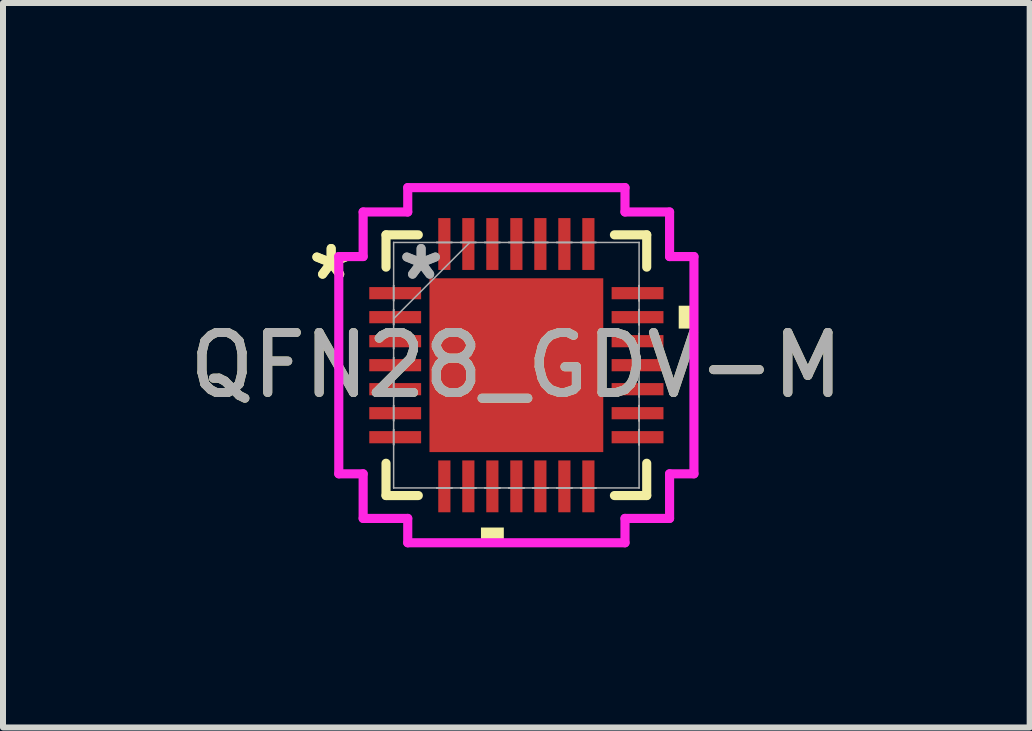
<source format=kicad_pcb>
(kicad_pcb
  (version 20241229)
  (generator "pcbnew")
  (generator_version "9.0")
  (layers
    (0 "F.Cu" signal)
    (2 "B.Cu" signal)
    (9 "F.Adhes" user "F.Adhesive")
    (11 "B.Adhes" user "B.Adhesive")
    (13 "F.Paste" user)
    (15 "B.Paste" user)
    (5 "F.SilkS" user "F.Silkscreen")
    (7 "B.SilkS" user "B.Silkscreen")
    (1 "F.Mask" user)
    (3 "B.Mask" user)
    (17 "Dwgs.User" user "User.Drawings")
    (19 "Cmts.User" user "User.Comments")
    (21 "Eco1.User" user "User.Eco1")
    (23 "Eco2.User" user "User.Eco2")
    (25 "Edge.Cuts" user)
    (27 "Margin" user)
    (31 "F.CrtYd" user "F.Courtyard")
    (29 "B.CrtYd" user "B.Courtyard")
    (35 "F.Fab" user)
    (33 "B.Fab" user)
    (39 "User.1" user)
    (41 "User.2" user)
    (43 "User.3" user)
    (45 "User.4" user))
  (footprint "QFN28_GDV-M"
    (layer "F.Cu")
    (at 5.554 3.035)
    (property "Reference" "QFN28_GDV-M" (at 0 0 0) (unlocked yes) (layer "F.SilkS") (effects (font (size 1 1) (thickness 0.15))))
    (attr smd)
    (fp_line (start -2.172 -2.172) (end -2.172 -1.634) (stroke (width 0.152) (type solid)) (layer "F.SilkS"))
    (fp_line (start -2.172 1.634) (end -2.172 2.172) (stroke (width 0.152) (type solid)) (layer "F.SilkS"))
    (fp_line (start -2.172 2.172) (end -1.634 2.172) (stroke (width 0.152) (type solid)) (layer "F.SilkS"))
    (fp_line (start -1.634 -2.172) (end -2.172 -2.172) (stroke (width 0.152) (type solid)) (layer "F.SilkS"))
    (fp_line (start 1.634 2.172) (end 2.172 2.172) (stroke (width 0.152) (type solid)) (layer "F.SilkS"))
    (fp_line (start 2.172 -2.172) (end 1.634 -2.172) (stroke (width 0.152) (type solid)) (layer "F.SilkS"))
    (fp_line (start 2.172 -1.634) (end 2.172 -2.172) (stroke (width 0.152) (type solid)) (layer "F.SilkS"))
    (fp_line (start 2.172 2.172) (end 2.172 1.634) (stroke (width 0.152) (type solid)) (layer "F.SilkS"))
    (fp_poly (pts (xy -0.59 2.705) (xy -0.59 2.959) (xy -0.209 2.959) (xy -0.209 2.705)) (stroke (width 0) (type solid)) (fill yes) (layer "F.SilkS"))
    (fp_poly (pts (xy 2.959 -0.991) (xy 2.959 -0.61) (xy 2.705 -0.61) (xy 2.705 -0.991)) (stroke (width 0) (type solid)) (fill yes) (layer "F.SilkS"))
    (fp_poly (pts (xy -1.348 -1.348) (xy -1.348 -0.1) (xy -0.1 -0.1) (xy -0.1 -1.348)) (stroke (width 0) (type solid)) (fill yes) (layer "F.Paste"))
    (fp_poly (pts (xy -1.348 0.1) (xy -1.348 1.348) (xy -0.1 1.348) (xy -0.1 0.1)) (stroke (width 0) (type solid)) (fill yes) (layer "F.Paste"))
    (fp_poly (pts (xy 0.1 -1.348) (xy 0.1 -0.1) (xy 1.348 -0.1) (xy 1.348 -1.348)) (stroke (width 0) (type solid)) (fill yes) (layer "F.Paste"))
    (fp_poly (pts (xy 0.1 0.1) (xy 0.1 1.348) (xy 1.348 1.348) (xy 1.348 0.1)) (stroke (width 0) (type solid)) (fill yes) (layer "F.Paste"))
    (fp_line (start -2.959 -1.81) (end -2.553 -1.81) (stroke (width 0.152) (type solid)) (layer "F.CrtYd"))
    (fp_line (start -2.959 1.81) (end -2.959 -1.81) (stroke (width 0.152) (type solid)) (layer "F.CrtYd"))
    (fp_line (start -2.553 -2.553) (end -1.81 -2.553) (stroke (width 0.152) (type solid)) (layer "F.CrtYd"))
    (fp_line (start -2.553 -1.81) (end -2.553 -2.553) (stroke (width 0.152) (type solid)) (layer "F.CrtYd"))
    (fp_line (start -2.553 1.81) (end -2.959 1.81) (stroke (width 0.152) (type solid)) (layer "F.CrtYd"))
    (fp_line (start -2.553 2.553) (end -2.553 1.81) (stroke (width 0.152) (type solid)) (layer "F.CrtYd"))
    (fp_line (start -1.81 -2.959) (end 1.81 -2.959) (stroke (width 0.152) (type solid)) (layer "F.CrtYd"))
    (fp_line (start -1.81 -2.553) (end -1.81 -2.959) (stroke (width 0.152) (type solid)) (layer "F.CrtYd"))
    (fp_line (start -1.81 2.553) (end -2.553 2.553) (stroke (width 0.152) (type solid)) (layer "F.CrtYd"))
    (fp_line (start -1.81 2.959) (end -1.81 2.553) (stroke (width 0.152) (type solid)) (layer "F.CrtYd"))
    (fp_line (start 1.81 -2.959) (end 1.81 -2.553) (stroke (width 0.152) (type solid)) (layer "F.CrtYd"))
    (fp_line (start 1.81 -2.553) (end 2.553 -2.553) (stroke (width 0.152) (type solid)) (layer "F.CrtYd"))
    (fp_line (start 1.81 2.553) (end 1.81 2.959) (stroke (width 0.152) (type solid)) (layer "F.CrtYd"))
    (fp_line (start 1.81 2.959) (end -1.81 2.959) (stroke (width 0.152) (type solid)) (layer "F.CrtYd"))
    (fp_line (start 2.553 -2.553) (end 2.553 -1.81) (stroke (width 0.152) (type solid)) (layer "F.CrtYd"))
    (fp_line (start 2.553 -1.81) (end 2.959 -1.81) (stroke (width 0.152) (type solid)) (layer "F.CrtYd"))
    (fp_line (start 2.553 1.81) (end 2.553 2.553) (stroke (width 0.152) (type solid)) (layer "F.CrtYd"))
    (fp_line (start 2.553 2.553) (end 1.81 2.553) (stroke (width 0.152) (type solid)) (layer "F.CrtYd"))
    (fp_line (start 2.959 -1.81) (end 2.959 1.81) (stroke (width 0.152) (type solid)) (layer "F.CrtYd"))
    (fp_line (start 2.959 1.81) (end 2.553 1.81) (stroke (width 0.152) (type solid)) (layer "F.CrtYd"))
    (fp_line (start -2.045 -2.045) (end -2.045 -2.045) (stroke (width 0.025) (type solid)) (layer "F.Fab"))
    (fp_line (start -2.045 -2.045) (end -2.045 2.045) (stroke (width 0.025) (type solid)) (layer "F.Fab"))
    (fp_line (start -2.045 -1.327) (end -2.045 -1.327) (stroke (width 0.025) (type solid)) (layer "F.Fab"))
    (fp_line (start -2.045 -1.327) (end -2.045 -1.073) (stroke (width 0.025) (type solid)) (layer "F.Fab"))
    (fp_line (start -2.045 -1.073) (end -2.045 -1.327) (stroke (width 0.025) (type solid)) (layer "F.Fab"))
    (fp_line (start -2.045 -1.073) (end -2.045 -1.073) (stroke (width 0.025) (type solid)) (layer "F.Fab"))
    (fp_line (start -2.045 -0.927) (end -2.045 -0.927) (stroke (width 0.025) (type solid)) (layer "F.Fab"))
    (fp_line (start -2.045 -0.927) (end -2.045 -0.673) (stroke (width 0.025) (type solid)) (layer "F.Fab"))
    (fp_line (start -2.045 -0.775) (end -0.775 -2.045) (stroke (width 0.025) (type solid)) (layer "F.Fab"))
    (fp_line (start -2.045 -0.673) (end -2.045 -0.927) (stroke (width 0.025) (type solid)) (layer "F.Fab"))
    (fp_line (start -2.045 -0.673) (end -2.045 -0.673) (stroke (width 0.025) (type solid)) (layer "F.Fab"))
    (fp_line (start -2.045 -0.527) (end -2.045 -0.527) (stroke (width 0.025) (type solid)) (layer "F.Fab"))
    (fp_line (start -2.045 -0.527) (end -2.045 -0.273) (stroke (width 0.025) (type solid)) (layer "F.Fab"))
    (fp_line (start -2.045 -0.273) (end -2.045 -0.527) (stroke (width 0.025) (type solid)) (layer "F.Fab"))
    (fp_line (start -2.045 -0.273) (end -2.045 -0.273) (stroke (width 0.025) (type solid)) (layer "F.Fab"))
    (fp_line (start -2.045 -0.127) (end -2.045 -0.127) (stroke (width 0.025) (type solid)) (layer "F.Fab"))
    (fp_line (start -2.045 -0.127) (end -2.045 0.127) (stroke (width 0.025) (type solid)) (layer "F.Fab"))
    (fp_line (start -2.045 0.127) (end -2.045 -0.127) (stroke (width 0.025) (type solid)) (layer "F.Fab"))
    (fp_line (start -2.045 0.127) (end -2.045 0.127) (stroke (width 0.025) (type solid)) (layer "F.Fab"))
    (fp_line (start -2.045 0.273) (end -2.045 0.273) (stroke (width 0.025) (type solid)) (layer "F.Fab"))
    (fp_line (start -2.045 0.273) (end -2.045 0.527) (stroke (width 0.025) (type solid)) (layer "F.Fab"))
    (fp_line (start -2.045 0.527) (end -2.045 0.273) (stroke (width 0.025) (type solid)) (layer "F.Fab"))
    (fp_line (start -2.045 0.527) (end -2.045 0.527) (stroke (width 0.025) (type solid)) (layer "F.Fab"))
    (fp_line (start -2.045 0.673) (end -2.045 0.673) (stroke (width 0.025) (type solid)) (layer "F.Fab"))
    (fp_line (start -2.045 0.673) (end -2.045 0.927) (stroke (width 0.025) (type solid)) (layer "F.Fab"))
    (fp_line (start -2.045 0.927) (end -2.045 0.673) (stroke (width 0.025) (type solid)) (layer "F.Fab"))
    (fp_line (start -2.045 0.927) (end -2.045 0.927) (stroke (width 0.025) (type solid)) (layer "F.Fab"))
    (fp_line (start -2.045 1.073) (end -2.045 1.073) (stroke (width 0.025) (type solid)) (layer "F.Fab"))
    (fp_line (start -2.045 1.073) (end -2.045 1.327) (stroke (width 0.025) (type solid)) (layer "F.Fab"))
    (fp_line (start -2.045 1.327) (end -2.045 1.073) (stroke (width 0.025) (type solid)) (layer "F.Fab"))
    (fp_line (start -2.045 1.327) (end -2.045 1.327) (stroke (width 0.025) (type solid)) (layer "F.Fab"))
    (fp_line (start -2.045 2.045) (end -2.045 2.045) (stroke (width 0.025) (type solid)) (layer "F.Fab"))
    (fp_line (start -2.045 2.045) (end 2.045 2.045) (stroke (width 0.025) (type solid)) (layer "F.Fab"))
    (fp_line (start -1.327 -2.045) (end -1.327 -2.045) (stroke (width 0.025) (type solid)) (layer "F.Fab"))
    (fp_line (start -1.327 -2.045) (end -1.073 -2.045) (stroke (width 0.025) (type solid)) (layer "F.Fab"))
    (fp_line (start -1.327 2.045) (end -1.327 2.045) (stroke (width 0.025) (type solid)) (layer "F.Fab"))
    (fp_line (start -1.327 2.045) (end -1.073 2.045) (stroke (width 0.025) (type solid)) (layer "F.Fab"))
    (fp_line (start -1.073 -2.045) (end -1.327 -2.045) (stroke (width 0.025) (type solid)) (layer "F.Fab"))
    (fp_line (start -1.073 -2.045) (end -1.073 -2.045) (stroke (width 0.025) (type solid)) (layer "F.Fab"))
    (fp_line (start -1.073 2.045) (end -1.327 2.045) (stroke (width 0.025) (type solid)) (layer "F.Fab"))
    (fp_line (start -1.073 2.045) (end -1.073 2.045) (stroke (width 0.025) (type solid)) (layer "F.Fab"))
    (fp_line (start -0.927 -2.045) (end -0.927 -2.045) (stroke (width 0.025) (type solid)) (layer "F.Fab"))
    (fp_line (start -0.927 -2.045) (end -0.673 -2.045) (stroke (width 0.025) (type solid)) (layer "F.Fab"))
    (fp_line (start -0.927 2.045) (end -0.927 2.045) (stroke (width 0.025) (type solid)) (layer "F.Fab"))
    (fp_line (start -0.927 2.045) (end -0.673 2.045) (stroke (width 0.025) (type solid)) (layer "F.Fab"))
    (fp_line (start -0.673 -2.045) (end -0.927 -2.045) (stroke (width 0.025) (type solid)) (layer "F.Fab"))
    (fp_line (start -0.673 -2.045) (end -0.673 -2.045) (stroke (width 0.025) (type solid)) (layer "F.Fab"))
    (fp_line (start -0.673 2.045) (end -0.927 2.045) (stroke (width 0.025) (type solid)) (layer "F.Fab"))
    (fp_line (start -0.673 2.045) (end -0.673 2.045) (stroke (width 0.025) (type solid)) (layer "F.Fab"))
    (fp_line (start -0.527 -2.045) (end -0.527 -2.045) (stroke (width 0.025) (type solid)) (layer "F.Fab"))
    (fp_line (start -0.527 -2.045) (end -0.273 -2.045) (stroke (width 0.025) (type solid)) (layer "F.Fab"))
    (fp_line (start -0.527 2.045) (end -0.527 2.045) (stroke (width 0.025) (type solid)) (layer "F.Fab"))
    (fp_line (start -0.527 2.045) (end -0.273 2.045) (stroke (width 0.025) (type solid)) (layer "F.Fab"))
    (fp_line (start -0.273 -2.045) (end -0.527 -2.045) (stroke (width 0.025) (type solid)) (layer "F.Fab"))
    (fp_line (start -0.273 -2.045) (end -0.273 -2.045) (stroke (width 0.025) (type solid)) (layer "F.Fab"))
    (fp_line (start -0.273 2.045) (end -0.527 2.045) (stroke (width 0.025) (type solid)) (layer "F.Fab"))
    (fp_line (start -0.273 2.045) (end -0.273 2.045) (stroke (width 0.025) (type solid)) (layer "F.Fab"))
    (fp_line (start -0.127 -2.045) (end -0.127 -2.045) (stroke (width 0.025) (type solid)) (layer "F.Fab"))
    (fp_line (start -0.127 -2.045) (end 0.127 -2.045) (stroke (width 0.025) (type solid)) (layer "F.Fab"))
    (fp_line (start -0.127 2.045) (end -0.127 2.045) (stroke (width 0.025) (type solid)) (layer "F.Fab"))
    (fp_line (start -0.127 2.045) (end 0.127 2.045) (stroke (width 0.025) (type solid)) (layer "F.Fab"))
    (fp_line (start 0.127 -2.045) (end -0.127 -2.045) (stroke (width 0.025) (type solid)) (layer "F.Fab"))
    (fp_line (start 0.127 -2.045) (end 0.127 -2.045) (stroke (width 0.025) (type solid)) (layer "F.Fab"))
    (fp_line (start 0.127 2.045) (end -0.127 2.045) (stroke (width 0.025) (type solid)) (layer "F.Fab"))
    (fp_line (start 0.127 2.045) (end 0.127 2.045) (stroke (width 0.025) (type solid)) (layer "F.Fab"))
    (fp_line (start 0.273 -2.045) (end 0.273 -2.045) (stroke (width 0.025) (type solid)) (layer "F.Fab"))
    (fp_line (start 0.273 -2.045) (end 0.527 -2.045) (stroke (width 0.025) (type solid)) (layer "F.Fab"))
    (fp_line (start 0.273 2.045) (end 0.273 2.045) (stroke (width 0.025) (type solid)) (layer "F.Fab"))
    (fp_line (start 0.273 2.045) (end 0.527 2.045) (stroke (width 0.025) (type solid)) (layer "F.Fab"))
    (fp_line (start 0.527 -2.045) (end 0.273 -2.045) (stroke (width 0.025) (type solid)) (layer "F.Fab"))
    (fp_line (start 0.527 -2.045) (end 0.527 -2.045) (stroke (width 0.025) (type solid)) (layer "F.Fab"))
    (fp_line (start 0.527 2.045) (end 0.273 2.045) (stroke (width 0.025) (type solid)) (layer "F.Fab"))
    (fp_line (start 0.527 2.045) (end 0.527 2.045) (stroke (width 0.025) (type solid)) (layer "F.Fab"))
    (fp_line (start 0.673 -2.045) (end 0.673 -2.045) (stroke (width 0.025) (type solid)) (layer "F.Fab"))
    (fp_line (start 0.673 -2.045) (end 0.927 -2.045) (stroke (width 0.025) (type solid)) (layer "F.Fab"))
    (fp_line (start 0.673 2.045) (end 0.673 2.045) (stroke (width 0.025) (type solid)) (layer "F.Fab"))
    (fp_line (start 0.673 2.045) (end 0.927 2.045) (stroke (width 0.025) (type solid)) (layer "F.Fab"))
    (fp_line (start 0.927 -2.045) (end 0.673 -2.045) (stroke (width 0.025) (type solid)) (layer "F.Fab"))
    (fp_line (start 0.927 -2.045) (end 0.927 -2.045) (stroke (width 0.025) (type solid)) (layer "F.Fab"))
    (fp_line (start 0.927 2.045) (end 0.673 2.045) (stroke (width 0.025) (type solid)) (layer "F.Fab"))
    (fp_line (start 0.927 2.045) (end 0.927 2.045) (stroke (width 0.025) (type solid)) (layer "F.Fab"))
    (fp_line (start 1.073 -2.045) (end 1.073 -2.045) (stroke (width 0.025) (type solid)) (layer "F.Fab"))
    (fp_line (start 1.073 -2.045) (end 1.327 -2.045) (stroke (width 0.025) (type solid)) (layer "F.Fab"))
    (fp_line (start 1.073 2.045) (end 1.073 2.045) (stroke (width 0.025) (type solid)) (layer "F.Fab"))
    (fp_line (start 1.073 2.045) (end 1.327 2.045) (stroke (width 0.025) (type solid)) (layer "F.Fab"))
    (fp_line (start 1.327 -2.045) (end 1.073 -2.045) (stroke (width 0.025) (type solid)) (layer "F.Fab"))
    (fp_line (start 1.327 -2.045) (end 1.327 -2.045) (stroke (width 0.025) (type solid)) (layer "F.Fab"))
    (fp_line (start 1.327 2.045) (end 1.073 2.045) (stroke (width 0.025) (type solid)) (layer "F.Fab"))
    (fp_line (start 1.327 2.045) (end 1.327 2.045) (stroke (width 0.025) (type solid)) (layer "F.Fab"))
    (fp_line (start 2.045 -2.045) (end -2.045 -2.045) (stroke (width 0.025) (type solid)) (layer "F.Fab"))
    (fp_line (start 2.045 -2.045) (end 2.045 -2.045) (stroke (width 0.025) (type solid)) (layer "F.Fab"))
    (fp_line (start 2.045 -1.327) (end 2.045 -1.327) (stroke (width 0.025) (type solid)) (layer "F.Fab"))
    (fp_line (start 2.045 -1.327) (end 2.045 -1.073) (stroke (width 0.025) (type solid)) (layer "F.Fab"))
    (fp_line (start 2.045 -1.073) (end 2.045 -1.327) (stroke (width 0.025) (type solid)) (layer "F.Fab"))
    (fp_line (start 2.045 -1.073) (end 2.045 -1.073) (stroke (width 0.025) (type solid)) (layer "F.Fab"))
    (fp_line (start 2.045 -0.927) (end 2.045 -0.927) (stroke (width 0.025) (type solid)) (layer "F.Fab"))
    (fp_line (start 2.045 -0.927) (end 2.045 -0.673) (stroke (width 0.025) (type solid)) (layer "F.Fab"))
    (fp_line (start 2.045 -0.673) (end 2.045 -0.927) (stroke (width 0.025) (type solid)) (layer "F.Fab"))
    (fp_line (start 2.045 -0.673) (end 2.045 -0.673) (stroke (width 0.025) (type solid)) (layer "F.Fab"))
    (fp_line (start 2.045 -0.527) (end 2.045 -0.527) (stroke (width 0.025) (type solid)) (layer "F.Fab"))
    (fp_line (start 2.045 -0.527) (end 2.045 -0.273) (stroke (width 0.025) (type solid)) (layer "F.Fab"))
    (fp_line (start 2.045 -0.273) (end 2.045 -0.527) (stroke (width 0.025) (type solid)) (layer "F.Fab"))
    (fp_line (start 2.045 -0.273) (end 2.045 -0.273) (stroke (width 0.025) (type solid)) (layer "F.Fab"))
    (fp_line (start 2.045 -0.127) (end 2.045 -0.127) (stroke (width 0.025) (type solid)) (layer "F.Fab"))
    (fp_line (start 2.045 -0.127) (end 2.045 0.127) (stroke (width 0.025) (type solid)) (layer "F.Fab"))
    (fp_line (start 2.045 0.127) (end 2.045 -0.127) (stroke (width 0.025) (type solid)) (layer "F.Fab"))
    (fp_line (start 2.045 0.127) (end 2.045 0.127) (stroke (width 0.025) (type solid)) (layer "F.Fab"))
    (fp_line (start 2.045 0.273) (end 2.045 0.273) (stroke (width 0.025) (type solid)) (layer "F.Fab"))
    (fp_line (start 2.045 0.273) (end 2.045 0.527) (stroke (width 0.025) (type solid)) (layer "F.Fab"))
    (fp_line (start 2.045 0.527) (end 2.045 0.273) (stroke (width 0.025) (type solid)) (layer "F.Fab"))
    (fp_line (start 2.045 0.527) (end 2.045 0.527) (stroke (width 0.025) (type solid)) (layer "F.Fab"))
    (fp_line (start 2.045 0.673) (end 2.045 0.673) (stroke (width 0.025) (type solid)) (layer "F.Fab"))
    (fp_line (start 2.045 0.673) (end 2.045 0.927) (stroke (width 0.025) (type solid)) (layer "F.Fab"))
    (fp_line (start 2.045 0.927) (end 2.045 0.673) (stroke (width 0.025) (type solid)) (layer "F.Fab"))
    (fp_line (start 2.045 0.927) (end 2.045 0.927) (stroke (width 0.025) (type solid)) (layer "F.Fab"))
    (fp_line (start 2.045 1.073) (end 2.045 1.073) (stroke (width 0.025) (type solid)) (layer "F.Fab"))
    (fp_line (start 2.045 1.073) (end 2.045 1.327) (stroke (width 0.025) (type solid)) (layer "F.Fab"))
    (fp_line (start 2.045 1.327) (end 2.045 1.073) (stroke (width 0.025) (type solid)) (layer "F.Fab"))
    (fp_line (start 2.045 1.327) (end 2.045 1.327) (stroke (width 0.025) (type solid)) (layer "F.Fab"))
    (fp_line (start 2.045 2.045) (end 2.045 -2.045) (stroke (width 0.025) (type solid)) (layer "F.Fab"))
    (fp_line (start 2.045 2.045) (end 2.045 2.045) (stroke (width 0.025) (type solid)) (layer "F.Fab"))
    (fp_text user "*" (at -3.086 -1.4 0) (unlocked yes) (layer "F.SilkS") (effects (font (size 1 1) (thickness 0.15))))
    (fp_text user "*" (at -3.086 -1.4 0) (layer "F.SilkS") (effects (font (size 1 1) (thickness 0.15))))
    (fp_text user "${REFERENCE}" (at 0 0 0) (unlocked yes) (layer "F.Fab") (effects (font (size 1 1) (thickness 0.15))))
    (fp_text user "*" (at -1.587 -1.4 0) (unlocked yes) (layer "F.Fab") (effects (font (size 1 1) (thickness 0.15))))
    (fp_text user "*" (at -1.587 -1.4 0) (layer "F.Fab") (effects (font (size 1 1) (thickness 0.15))))
    (pad "1" smd rect (at -2.019 -1.2 90) (size 0.203 0.864) (layers "F.Cu" "F.Mask" "F.Paste"))
    (pad "2" smd rect (at -2.019 -0.8 90) (size 0.203 0.864) (layers "F.Cu" "F.Mask" "F.Paste"))
    (pad "3" smd rect (at -2.019 -0.4 90) (size 0.203 0.864) (layers "F.Cu" "F.Mask" "F.Paste"))
    (pad "4" smd rect (at -2.019 0 90) (size 0.203 0.864) (layers "F.Cu" "F.Mask" "F.Paste"))
    (pad "5" smd rect (at -2.019 0.4 90) (size 0.203 0.864) (layers "F.Cu" "F.Mask" "F.Paste"))
    (pad "6" smd rect (at -2.019 0.8 90) (size 0.203 0.864) (layers "F.Cu" "F.Mask" "F.Paste"))
    (pad "7" smd rect (at -2.019 1.2 90) (size 0.203 0.864) (layers "F.Cu" "F.Mask" "F.Paste"))
    (pad "8" smd rect (at -1.2 2.019) (size 0.203 0.864) (layers "F.Cu" "F.Mask" "F.Paste"))
    (pad "9" smd rect (at -0.8 2.019) (size 0.203 0.864) (layers "F.Cu" "F.Mask" "F.Paste"))
    (pad "10" smd rect (at -0.4 2.019) (size 0.203 0.864) (layers "F.Cu" "F.Mask" "F.Paste"))
    (pad "11" smd rect (at 0 2.019) (size 0.203 0.864) (layers "F.Cu" "F.Mask" "F.Paste"))
    (pad "12" smd rect (at 0.4 2.019) (size 0.203 0.864) (layers "F.Cu" "F.Mask" "F.Paste"))
    (pad "13" smd rect (at 0.8 2.019) (size 0.203 0.864) (layers "F.Cu" "F.Mask" "F.Paste"))
    (pad "14" smd rect (at 1.2 2.019) (size 0.203 0.864) (layers "F.Cu" "F.Mask" "F.Paste"))
    (pad "15" smd rect (at 2.019 1.2 90) (size 0.203 0.864) (layers "F.Cu" "F.Mask" "F.Paste"))
    (pad "16" smd rect (at 2.019 0.8 90) (size 0.203 0.864) (layers "F.Cu" "F.Mask" "F.Paste"))
    (pad "17" smd rect (at 2.019 0.4 90) (size 0.203 0.864) (layers "F.Cu" "F.Mask" "F.Paste"))
    (pad "18" smd rect (at 2.019 0 90) (size 0.203 0.864) (layers "F.Cu" "F.Mask" "F.Paste"))
    (pad "19" smd rect (at 2.019 -0.4 90) (size 0.203 0.864) (layers "F.Cu" "F.Mask" "F.Paste"))
    (pad "20" smd rect (at 2.019 -0.8 90) (size 0.203 0.864) (layers "F.Cu" "F.Mask" "F.Paste"))
    (pad "21" smd rect (at 2.019 -1.2 90) (size 0.203 0.864) (layers "F.Cu" "F.Mask" "F.Paste"))
    (pad "22" smd rect (at 1.2 -2.019) (size 0.203 0.864) (layers "F.Cu" "F.Mask" "F.Paste"))
    (pad "23" smd rect (at 0.8 -2.019) (size 0.203 0.864) (layers "F.Cu" "F.Mask" "F.Paste"))
    (pad "24" smd rect (at 0.4 -2.019) (size 0.203 0.864) (layers "F.Cu" "F.Mask" "F.Paste"))
    (pad "25" smd rect (at 0 -2.019) (size 0.203 0.864) (layers "F.Cu" "F.Mask" "F.Paste"))
    (pad "26" smd rect (at -0.4 -2.019) (size 0.203 0.864) (layers "F.Cu" "F.Mask" "F.Paste"))
    (pad "27" smd rect (at -0.8 -2.019) (size 0.203 0.864) (layers "F.Cu" "F.Mask" "F.Paste"))
    (pad "28" smd rect (at -1.2 -2.019) (size 0.203 0.864) (layers "F.Cu" "F.Mask" "F.Paste"))
    (pad "29" smd rect (at 0 0) (size 2.896 2.896) (layers "F.Cu" "F.Mask" "F.Paste")))
  (gr_rect
    (start -3 -3)
    (end 14.107 9.071)
    (stroke (width 0.1) (type default))
    (fill no)
    (layer "Edge.Cuts")))
</source>
